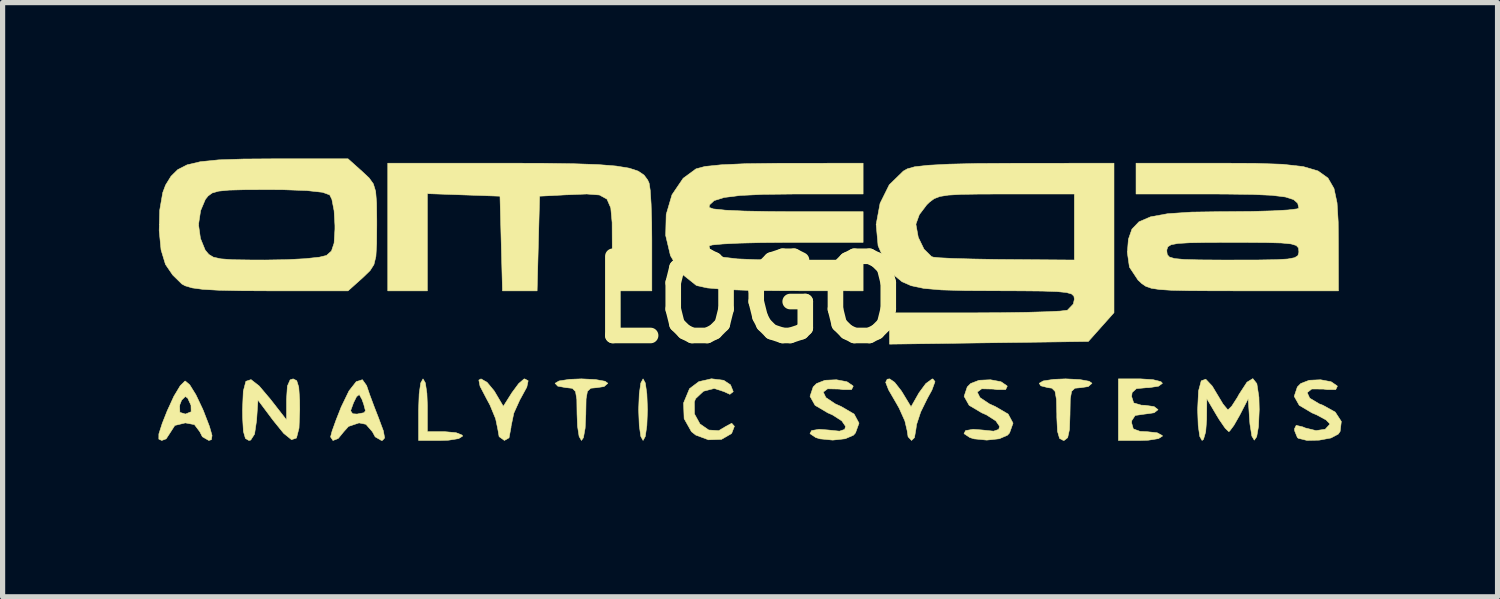
<source format=kicad_pcb>
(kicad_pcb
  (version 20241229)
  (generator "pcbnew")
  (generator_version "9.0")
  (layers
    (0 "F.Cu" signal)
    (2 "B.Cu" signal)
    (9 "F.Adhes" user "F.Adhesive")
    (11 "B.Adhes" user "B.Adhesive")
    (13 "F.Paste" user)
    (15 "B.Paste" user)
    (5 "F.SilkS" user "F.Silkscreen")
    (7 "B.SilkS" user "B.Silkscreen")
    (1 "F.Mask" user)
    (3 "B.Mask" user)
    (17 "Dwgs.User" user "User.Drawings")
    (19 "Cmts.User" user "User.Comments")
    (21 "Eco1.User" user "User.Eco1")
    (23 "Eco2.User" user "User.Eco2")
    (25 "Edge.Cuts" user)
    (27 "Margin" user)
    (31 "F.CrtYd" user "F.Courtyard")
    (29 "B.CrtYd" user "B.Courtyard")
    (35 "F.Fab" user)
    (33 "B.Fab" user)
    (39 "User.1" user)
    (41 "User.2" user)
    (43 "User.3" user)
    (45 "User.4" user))
  (footprint "LOGO"
    (layer "F.Cu")
    (at 11.352 2.714)
    (property "Reference" "LOGO" (at 0 0 0) (layer "F.SilkS") (effects (font (size 1.524 1.524) (thickness 0.3))))
    (attr through_hole)
    (fp_poly (pts (xy -1.989 1.602) (xy -1.959 1.812) (xy -1.947 2.116) (xy -1.947 2.117) (xy -1.959 2.421) (xy -1.989 2.631) (xy -2.032 2.709) (xy -2.032 2.709) (xy -2.075 2.631) (xy -2.105 2.421) (xy -2.117 2.117) (xy -2.117 2.117) (xy -2.105 1.813) (xy -2.075 1.603) (xy -2.032 1.524) (xy -2.032 1.524) (xy -1.989 1.602)) (stroke (width 0.01) (type solid)) (fill yes) (layer "F.SilkS"))
    (fp_poly (pts (xy -6.22 1.601) (xy -6.19 1.803) (xy -6.181 2.032) (xy -6.181 2.54) (xy -5.842 2.54) (xy -5.63 2.559) (xy -5.512 2.606) (xy -5.503 2.625) (xy -5.579 2.673) (xy -5.774 2.704) (xy -5.927 2.709) (xy -6.35 2.709) (xy -6.35 2.117) (xy -6.339 1.813) (xy -6.309 1.603) (xy -6.265 1.524) (xy -6.265 1.524) (xy -6.22 1.601)) (stroke (width 0.01) (type solid)) (fill yes) (layer "F.SilkS"))
    (fp_poly (pts (xy -4.242 1.56) (xy -4.268 1.682) (xy -4.394 1.913) (xy -4.403 1.928) (xy -4.518 2.183) (xy -4.571 2.436) (xy -4.572 2.457) (xy -4.61 2.658) (xy -4.699 2.709) (xy -4.801 2.635) (xy -4.826 2.492) (xy -4.868 2.291) (xy -4.976 2.029) (xy -5.046 1.899) (xy -5.168 1.665) (xy -5.191 1.547) (xy -5.149 1.524) (xy -5.032 1.591) (xy -4.896 1.755) (xy -4.876 1.788) (xy -4.72 2.052) (xy -4.553 1.788) (xy -4.425 1.615) (xy -4.323 1.527) (xy -4.31 1.524) (xy -4.242 1.56)) (stroke (width 0.01) (type solid)) (fill yes) (layer "F.SilkS"))
    (fp_poly (pts (xy 2.807 1.59) (xy 2.934 1.752) (xy 2.96 1.793) (xy 3.123 2.062) (xy 3.276 1.793) (xy 3.406 1.616) (xy 3.527 1.527) (xy 3.543 1.525) (xy 3.584 1.577) (xy 3.524 1.741) (xy 3.437 1.899) (xy 3.308 2.162) (xy 3.229 2.403) (xy 3.217 2.492) (xy 3.189 2.654) (xy 3.133 2.709) (xy 3.066 2.638) (xy 3.048 2.519) (xy 3.004 2.332) (xy 2.894 2.087) (xy 2.839 1.99) (xy 2.691 1.735) (xy 2.635 1.591) (xy 2.664 1.531) (xy 2.711 1.524) (xy 2.807 1.59)) (stroke (width 0.01) (type solid)) (fill yes) (layer "F.SilkS"))
    (fp_poly (pts (xy -2.947 1.537) (xy -2.763 1.57) (xy -2.709 1.609) (xy -2.782 1.672) (xy -2.921 1.693) (xy -3.038 1.704) (xy -3.102 1.763) (xy -3.128 1.909) (xy -3.133 2.184) (xy -3.133 2.201) (xy -3.146 2.472) (xy -3.179 2.655) (xy -3.217 2.709) (xy -3.262 2.632) (xy -3.293 2.431) (xy -3.302 2.201) (xy -3.306 1.92) (xy -3.331 1.768) (xy -3.392 1.706) (xy -3.506 1.693) (xy -3.514 1.693) (xy -3.673 1.664) (xy -3.725 1.609) (xy -3.648 1.564) (xy -3.447 1.533) (xy -3.217 1.524) (xy -2.947 1.537)) (stroke (width 0.01) (type solid)) (fill yes) (layer "F.SilkS"))
    (fp_poly (pts (xy -0.48 1.552) (xy -0.35 1.638) (xy -0.297 1.769) (xy -0.362 1.821) (xy -0.478 1.768) (xy -0.664 1.708) (xy -0.87 1.762) (xy -1.021 1.904) (xy -1.045 1.966) (xy -1.043 2.199) (xy -0.937 2.391) (xy -0.768 2.508) (xy -0.576 2.52) (xy -0.442 2.44) (xy -0.326 2.378) (xy -0.275 2.436) (xy -0.325 2.566) (xy -0.337 2.58) (xy -0.524 2.688) (xy -0.774 2.696) (xy -1.017 2.606) (xy -1.101 2.54) (xy -1.242 2.289) (xy -1.253 1.989) (xy -1.138 1.712) (xy -0.96 1.578) (xy -0.717 1.522) (xy -0.48 1.552)) (stroke (width 0.01) (type solid)) (fill yes) (layer "F.SilkS"))
    (fp_poly (pts (xy 6.367 1.537) (xy 6.55 1.57) (xy 6.604 1.609) (xy 6.532 1.672) (xy 6.392 1.693) (xy 6.275 1.704) (xy 6.212 1.763) (xy 6.186 1.909) (xy 6.181 2.184) (xy 6.181 2.201) (xy 6.171 2.496) (xy 6.136 2.655) (xy 6.069 2.708) (xy 6.054 2.709) (xy 5.98 2.67) (xy 5.94 2.532) (xy 5.927 2.263) (xy 5.927 2.201) (xy 5.92 1.918) (xy 5.893 1.764) (xy 5.832 1.703) (xy 5.757 1.693) (xy 5.62 1.658) (xy 5.588 1.609) (xy 5.665 1.564) (xy 5.867 1.533) (xy 6.096 1.524) (xy 6.367 1.537)) (stroke (width 0.01) (type solid)) (fill yes) (layer "F.SilkS"))
    (fp_poly (pts (xy -8.694 1.559) (xy -8.655 1.684) (xy -8.638 1.931) (xy -8.636 2.117) (xy -8.65 2.471) (xy -8.699 2.662) (xy -8.794 2.694) (xy -8.946 2.571) (xy -9.149 2.32) (xy -9.44 1.931) (xy -9.466 2.32) (xy -9.505 2.586) (xy -9.579 2.701) (xy -9.614 2.709) (xy -9.681 2.67) (xy -9.72 2.534) (xy -9.735 2.27) (xy -9.737 2.117) (xy -9.722 1.762) (xy -9.672 1.571) (xy -9.573 1.538) (xy -9.416 1.661) (xy -9.198 1.919) (xy -8.89 2.314) (xy -8.89 1.919) (xy -8.874 1.663) (xy -8.821 1.543) (xy -8.763 1.524) (xy -8.694 1.559)) (stroke (width 0.01) (type solid)) (fill yes) (layer "F.SilkS"))
    (fp_poly (pts (xy 7.777 1.539) (xy 7.93 1.578) (xy 7.959 1.609) (xy 7.884 1.665) (xy 7.701 1.693) (xy 7.662 1.693) (xy 7.458 1.712) (xy 7.376 1.786) (xy 7.366 1.863) (xy 7.406 1.987) (xy 7.554 2.03) (xy 7.62 2.032) (xy 7.798 2.057) (xy 7.874 2.116) (xy 7.874 2.117) (xy 7.8 2.176) (xy 7.623 2.201) (xy 7.62 2.201) (xy 7.434 2.228) (xy 7.369 2.327) (xy 7.366 2.371) (xy 7.399 2.487) (xy 7.529 2.534) (xy 7.662 2.54) (xy 7.858 2.561) (xy 7.956 2.614) (xy 7.959 2.625) (xy 7.883 2.673) (xy 7.688 2.704) (xy 7.535 2.709) (xy 7.112 2.709) (xy 7.112 1.524) (xy 7.535 1.524) (xy 7.777 1.539)) (stroke (width 0.01) (type solid)) (fill yes) (layer "F.SilkS"))
    (fp_poly (pts (xy -3.95 -2.623) (xy -3.356 -2.614) (xy -2.894 -2.598) (xy -2.548 -2.57) (xy -2.297 -2.529) (xy -2.125 -2.472) (xy -2.013 -2.396) (xy -1.942 -2.3) (xy -1.915 -2.24) (xy -1.894 -2.103) (xy -1.877 -1.838) (xy -1.866 -1.483) (xy -1.863 -1.136) (xy -1.863 -0.169) (xy -2.625 -0.169) (xy -2.625 -1.057) (xy -2.627 -1.482) (xy -2.653 -1.765) (xy -2.726 -1.933) (xy -2.871 -2.013) (xy -3.115 -2.032) (xy -3.482 -2.017) (xy -3.517 -2.016) (xy -4.022 -1.99) (xy -4.046 -1.079) (xy -4.07 -0.169) (xy -4.736 -0.169) (xy -4.76 -1.079) (xy -4.784 -1.99) (xy -6.181 -2.039) (xy -6.181 -0.169) (xy -6.943 -0.169) (xy -6.943 -2.625) (xy -4.695 -2.625) (xy -3.95 -2.623)) (stroke (width 0.01) (type solid)) (fill yes) (layer "F.SilkS"))
    (fp_poly (pts (xy -10.752 1.639) (xy -10.633 1.831) (xy -10.504 2.103) (xy -10.489 2.138) (xy -10.373 2.438) (xy -10.323 2.613) (xy -10.336 2.694) (xy -10.385 2.709) (xy -10.509 2.638) (xy -10.559 2.54) (xy -10.662 2.404) (xy -10.837 2.371) (xy -11.039 2.42) (xy -11.116 2.54) (xy -11.206 2.678) (xy -11.29 2.709) (xy -11.347 2.683) (xy -11.346 2.583) (xy -11.282 2.383) (xy -11.185 2.138) (xy -11.136 2.032) (xy -10.947 2.032) (xy -10.942 2.168) (xy -10.837 2.201) (xy -10.725 2.157) (xy -10.728 2.032) (xy -10.791 1.895) (xy -10.837 1.863) (xy -10.908 1.933) (xy -10.947 2.032) (xy -11.136 2.032) (xy -11.057 1.859) (xy -10.935 1.656) (xy -10.845 1.567) (xy -10.837 1.566) (xy -10.752 1.639)) (stroke (width 0.01) (type solid)) (fill yes) (layer "F.SilkS"))
    (fp_poly (pts (xy 1.89 1.579) (xy 2.006 1.658) (xy 2.01 1.668) (xy 1.978 1.73) (xy 1.81 1.73) (xy 1.741 1.72) (xy 1.518 1.715) (xy 1.434 1.778) (xy 1.485 1.884) (xy 1.669 2.007) (xy 1.778 2.055) (xy 2.028 2.201) (xy 2.122 2.376) (xy 2.054 2.564) (xy 2.015 2.608) (xy 1.857 2.676) (xy 1.616 2.702) (xy 1.373 2.678) (xy 1.291 2.653) (xy 1.179 2.578) (xy 1.209 2.519) (xy 1.353 2.494) (xy 1.524 2.507) (xy 1.747 2.53) (xy 1.847 2.496) (xy 1.863 2.437) (xy 1.791 2.332) (xy 1.61 2.216) (xy 1.524 2.179) (xy 1.277 2.033) (xy 1.18 1.86) (xy 1.24 1.68) (xy 1.307 1.613) (xy 1.468 1.551) (xy 1.687 1.541) (xy 1.89 1.579)) (stroke (width 0.01) (type solid)) (fill yes) (layer "F.SilkS"))
    (fp_poly (pts (xy 4.853 1.579) (xy 4.969 1.658) (xy 4.973 1.668) (xy 4.942 1.73) (xy 4.773 1.73) (xy 4.705 1.72) (xy 4.482 1.715) (xy 4.397 1.778) (xy 4.449 1.884) (xy 4.633 2.007) (xy 4.741 2.055) (xy 4.991 2.201) (xy 5.085 2.376) (xy 5.018 2.564) (xy 4.978 2.608) (xy 4.821 2.676) (xy 4.579 2.702) (xy 4.336 2.678) (xy 4.255 2.653) (xy 4.142 2.578) (xy 4.172 2.519) (xy 4.317 2.494) (xy 4.487 2.507) (xy 4.711 2.53) (xy 4.81 2.496) (xy 4.826 2.437) (xy 4.754 2.332) (xy 4.573 2.216) (xy 4.487 2.179) (xy 4.241 2.033) (xy 4.144 1.86) (xy 4.204 1.68) (xy 4.27 1.613) (xy 4.432 1.551) (xy 4.65 1.541) (xy 4.853 1.579)) (stroke (width 0.01) (type solid)) (fill yes) (layer "F.SilkS"))
    (fp_poly (pts (xy -7.349 1.655) (xy -7.345 1.668) (xy -7.29 1.83) (xy -7.196 2.081) (xy -7.124 2.265) (xy -7.028 2.523) (xy -7.003 2.66) (xy -7.045 2.708) (xy -7.065 2.709) (xy -7.185 2.639) (xy -7.239 2.54) (xy -7.363 2.398) (xy -7.496 2.371) (xy -7.698 2.439) (xy -7.789 2.54) (xy -7.895 2.67) (xy -7.997 2.71) (xy -8.043 2.641) (xy -8.043 2.639) (xy -8.014 2.529) (xy -7.936 2.312) (xy -7.867 2.138) (xy -7.658 2.138) (xy -7.618 2.195) (xy -7.534 2.201) (xy -7.4 2.175) (xy -7.372 2.138) (xy -7.405 2.013) (xy -7.439 1.918) (xy -7.491 1.825) (xy -7.544 1.867) (xy -7.601 1.982) (xy -7.658 2.138) (xy -7.867 2.138) (xy -7.84 2.068) (xy -7.689 1.756) (xy -7.549 1.577) (xy -7.431 1.54) (xy -7.349 1.655)) (stroke (width 0.01) (type solid)) (fill yes) (layer "F.SilkS"))
    (fp_poly (pts (xy 11.203 1.579) (xy 11.319 1.658) (xy 11.323 1.668) (xy 11.292 1.73) (xy 11.123 1.73) (xy 11.055 1.72) (xy 10.831 1.719) (xy 10.743 1.788) (xy 10.792 1.895) (xy 10.978 2.006) (xy 11.045 2.031) (xy 11.283 2.163) (xy 11.4 2.343) (xy 11.377 2.535) (xy 11.342 2.586) (xy 11.201 2.661) (xy 10.974 2.703) (xy 10.739 2.708) (xy 10.573 2.667) (xy 10.555 2.653) (xy 10.502 2.524) (xy 10.499 2.485) (xy 10.532 2.418) (xy 10.659 2.448) (xy 10.705 2.468) (xy 10.913 2.519) (xy 11.09 2.493) (xy 11.175 2.401) (xy 11.176 2.386) (xy 11.105 2.313) (xy 10.925 2.216) (xy 10.837 2.179) (xy 10.591 2.033) (xy 10.494 1.86) (xy 10.554 1.68) (xy 10.62 1.613) (xy 10.782 1.551) (xy 11 1.541) (xy 11.203 1.579)) (stroke (width 0.01) (type solid)) (fill yes) (layer "F.SilkS"))
    (fp_poly (pts (xy 9.775 1.616) (xy 9.815 1.877) (xy 9.821 2.117) (xy 9.807 2.438) (xy 9.772 2.637) (xy 9.726 2.703) (xy 9.679 2.625) (xy 9.642 2.392) (xy 9.635 2.307) (xy 9.609 1.905) (xy 9.445 2.223) (xy 9.334 2.418) (xy 9.251 2.529) (xy 9.234 2.539) (xy 9.166 2.473) (xy 9.051 2.306) (xy 9 2.222) (xy 8.813 1.905) (xy 8.809 2.307) (xy 8.791 2.542) (xy 8.749 2.687) (xy 8.721 2.709) (xy 8.677 2.631) (xy 8.647 2.421) (xy 8.636 2.117) (xy 8.636 2.117) (xy 8.653 1.757) (xy 8.705 1.562) (xy 8.792 1.53) (xy 8.917 1.663) (xy 9.011 1.82) (xy 9.124 2.008) (xy 9.208 2.11) (xy 9.223 2.117) (xy 9.292 2.049) (xy 9.4 1.882) (xy 9.434 1.82) (xy 9.585 1.588) (xy 9.698 1.519) (xy 9.775 1.616)) (stroke (width 0.01) (type solid)) (fill yes) (layer "F.SilkS"))
    (fp_poly (pts (xy 2.201 -2.032) (xy 0.883 -2.032) (xy 0.284 -2.025) (xy -0.164 -2.004) (xy -0.474 -1.965) (xy -0.665 -1.905) (xy -0.752 -1.824) (xy -0.762 -1.775) (xy -0.68 -1.745) (xy -0.447 -1.721) (xy -0.079 -1.704) (xy 0.405 -1.695) (xy 0.72 -1.693) (xy 2.201 -1.693) (xy 2.201 -1.101) (xy 0.72 -1.101) (xy 0.24 -1.097) (xy -0.175 -1.087) (xy -0.498 -1.071) (xy -0.702 -1.052) (xy -0.762 -1.033) (xy -0.738 -0.936) (xy -0.654 -0.865) (xy -0.487 -0.816) (xy -0.217 -0.784) (xy 0.177 -0.768) (xy 0.715 -0.762) (xy 0.821 -0.762) (xy 2.201 -0.762) (xy 2.201 -0.169) (xy 0.699 -0.171) (xy 0.044 -0.177) (xy -0.451 -0.195) (xy -0.793 -0.225) (xy -0.991 -0.268) (xy -1.013 -0.278) (xy -1.31 -0.515) (xy -1.505 -0.847) (xy -1.597 -1.235) (xy -1.587 -1.638) (xy -1.475 -2.018) (xy -1.26 -2.335) (xy -1.013 -2.516) (xy -0.842 -2.562) (xy -0.529 -2.594) (xy -0.065 -2.615) (xy 0.558 -2.623) (xy 0.699 -2.623) (xy 2.201 -2.625) (xy 2.201 -2.032)) (stroke (width 0.01) (type solid)) (fill yes) (layer "F.SilkS"))
    (fp_poly (pts (xy 7.027 0.251) (xy 6.78 0.528) (xy 6.534 0.804) (xy 2.709 0.856) (xy 2.709 0.254) (xy 4.353 0.254) (xy 4.871 0.251) (xy 5.336 0.244) (xy 5.72 0.233) (xy 5.993 0.22) (xy 6.128 0.204) (xy 6.131 0.203) (xy 6.244 0.085) (xy 6.265 -0.009) (xy 6.256 -0.066) (xy 6.213 -0.108) (xy 6.113 -0.137) (xy 5.933 -0.155) (xy 5.649 -0.165) (xy 5.24 -0.169) (xy 4.763 -0.171) (xy 4.164 -0.174) (xy 3.709 -0.187) (xy 3.372 -0.216) (xy 3.127 -0.267) (xy 2.949 -0.345) (xy 2.812 -0.458) (xy 2.689 -0.61) (xy 2.648 -0.67) (xy 2.489 -1.037) (xy 2.452 -1.447) (xy 2.452 -1.447) (xy 3.217 -1.447) (xy 3.262 -1.199) (xy 3.372 -0.972) (xy 3.514 -0.831) (xy 3.547 -0.818) (xy 3.676 -0.805) (xy 3.941 -0.792) (xy 4.31 -0.782) (xy 4.747 -0.774) (xy 4.974 -0.772) (xy 6.265 -0.762) (xy 6.265 -2.032) (xy 4.949 -2.032) (xy 4.449 -2.031) (xy 4.09 -2.025) (xy 3.843 -2.011) (xy 3.678 -1.985) (xy 3.567 -1.942) (xy 3.481 -1.878) (xy 3.425 -1.824) (xy 3.282 -1.635) (xy 3.218 -1.457) (xy 3.217 -1.447) (xy 2.452 -1.447) (xy 2.527 -1.852) (xy 2.704 -2.209) (xy 2.975 -2.473) (xy 3.051 -2.516) (xy 3.193 -2.556) (xy 3.455 -2.585) (xy 3.848 -2.606) (xy 4.385 -2.619) (xy 5.078 -2.623) (xy 5.144 -2.623) (xy 7.027 -2.625) (xy 7.027 0.251)) (stroke (width 0.01) (type solid)) (fill yes) (layer "F.SilkS"))
    (fp_poly (pts (xy -7.431 -2.462) (xy -7.301 -2.34) (xy -7.22 -2.227) (xy -7.176 -2.082) (xy -7.158 -1.861) (xy -7.154 -1.521) (xy -7.154 -1.439) (xy -7.157 -1.072) (xy -7.171 -0.832) (xy -7.209 -0.675) (xy -7.282 -0.56) (xy -7.402 -0.443) (xy -7.431 -0.416) (xy -7.707 -0.169) (xy -9.211 -0.169) (xy -9.777 -0.172) (xy -10.198 -0.181) (xy -10.499 -0.198) (xy -10.705 -0.226) (xy -10.84 -0.266) (xy -10.904 -0.301) (xy -11.081 -0.475) (xy -11.219 -0.678) (xy -11.304 -0.958) (xy -11.34 -1.329) (xy -11.337 -1.439) (xy -10.583 -1.439) (xy -10.546 -1.177) (xy -10.456 -0.956) (xy -10.452 -0.95) (xy -10.385 -0.87) (xy -10.297 -0.817) (xy -10.154 -0.785) (xy -9.926 -0.768) (xy -9.58 -0.763) (xy -9.303 -0.762) (xy -8.891 -0.769) (xy -8.529 -0.788) (xy -8.259 -0.817) (xy -8.122 -0.85) (xy -8.026 -0.935) (xy -7.975 -1.088) (xy -7.959 -1.355) (xy -7.959 -1.425) (xy -7.975 -1.709) (xy -8.018 -1.93) (xy -8.06 -2.015) (xy -8.198 -2.065) (xy -8.497 -2.098) (xy -8.959 -2.115) (xy -9.241 -2.117) (xy -9.688 -2.115) (xy -9.996 -2.107) (xy -10.197 -2.087) (xy -10.322 -2.051) (xy -10.4 -1.993) (xy -10.452 -1.928) (xy -10.543 -1.712) (xy -10.583 -1.449) (xy -10.583 -1.439) (xy -11.337 -1.439) (xy -11.33 -1.72) (xy -11.271 -2.06) (xy -11.217 -2.204) (xy -11.112 -2.374) (xy -10.982 -2.502) (xy -10.803 -2.593) (xy -10.549 -2.653) (xy -10.197 -2.689) (xy -9.723 -2.705) (xy -9.15 -2.709) (xy -7.707 -2.709) (xy -7.431 -2.462)) (stroke (width 0.01) (type solid)) (fill yes) (layer "F.SilkS"))
    (fp_poly (pts (xy 9.744 -2.622) (xy 10.272 -2.604) (xy 10.669 -2.559) (xy 10.953 -2.475) (xy 11.143 -2.339) (xy 11.259 -2.138) (xy 11.318 -1.861) (xy 11.34 -1.494) (xy 11.343 -1.122) (xy 11.345 -0.169) (xy 9.521 -0.169) (xy 8.921 -0.17) (xy 8.467 -0.173) (xy 8.135 -0.18) (xy 7.903 -0.195) (xy 7.746 -0.219) (xy 7.64 -0.256) (xy 7.564 -0.307) (xy 7.492 -0.374) (xy 7.489 -0.377) (xy 7.324 -0.626) (xy 7.284 -0.906) (xy 7.286 -0.931) (xy 8.043 -0.931) (xy 8.052 -0.866) (xy 8.093 -0.82) (xy 8.194 -0.79) (xy 8.378 -0.773) (xy 8.671 -0.765) (xy 9.098 -0.762) (xy 9.313 -0.762) (xy 9.801 -0.763) (xy 10.145 -0.769) (xy 10.37 -0.782) (xy 10.501 -0.807) (xy 10.564 -0.846) (xy 10.582 -0.903) (xy 10.583 -0.931) (xy 10.575 -0.996) (xy 10.533 -1.042) (xy 10.433 -1.072) (xy 10.249 -1.09) (xy 9.956 -1.098) (xy 9.529 -1.101) (xy 9.313 -1.101) (xy 8.825 -1.1) (xy 8.481 -1.094) (xy 8.256 -1.081) (xy 8.125 -1.056) (xy 8.063 -1.017) (xy 8.044 -0.96) (xy 8.043 -0.931) (xy 7.286 -0.931) (xy 7.304 -1.161) (xy 7.372 -1.356) (xy 7.507 -1.497) (xy 7.73 -1.593) (xy 8.059 -1.653) (xy 8.516 -1.684) (xy 9.118 -1.693) (xy 9.223 -1.693) (xy 9.681 -1.697) (xy 10.074 -1.708) (xy 10.372 -1.725) (xy 10.548 -1.746) (xy 10.583 -1.761) (xy 10.561 -1.855) (xy 10.481 -1.925) (xy 10.323 -1.975) (xy 10.065 -2.007) (xy 9.688 -2.024) (xy 9.17 -2.031) (xy 8.915 -2.032) (xy 7.451 -2.032) (xy 7.451 -2.625) (xy 9.065 -2.625) (xy 9.744 -2.622)) (stroke (width 0.01) (type solid)) (fill yes) (layer "F.SilkS")))
  (gr_rect
    (start -3 -3)
    (end 25.757 8.43)
    (stroke (width 0.1) (type default))
    (fill no)
    (layer "Edge.Cuts")))
</source>
